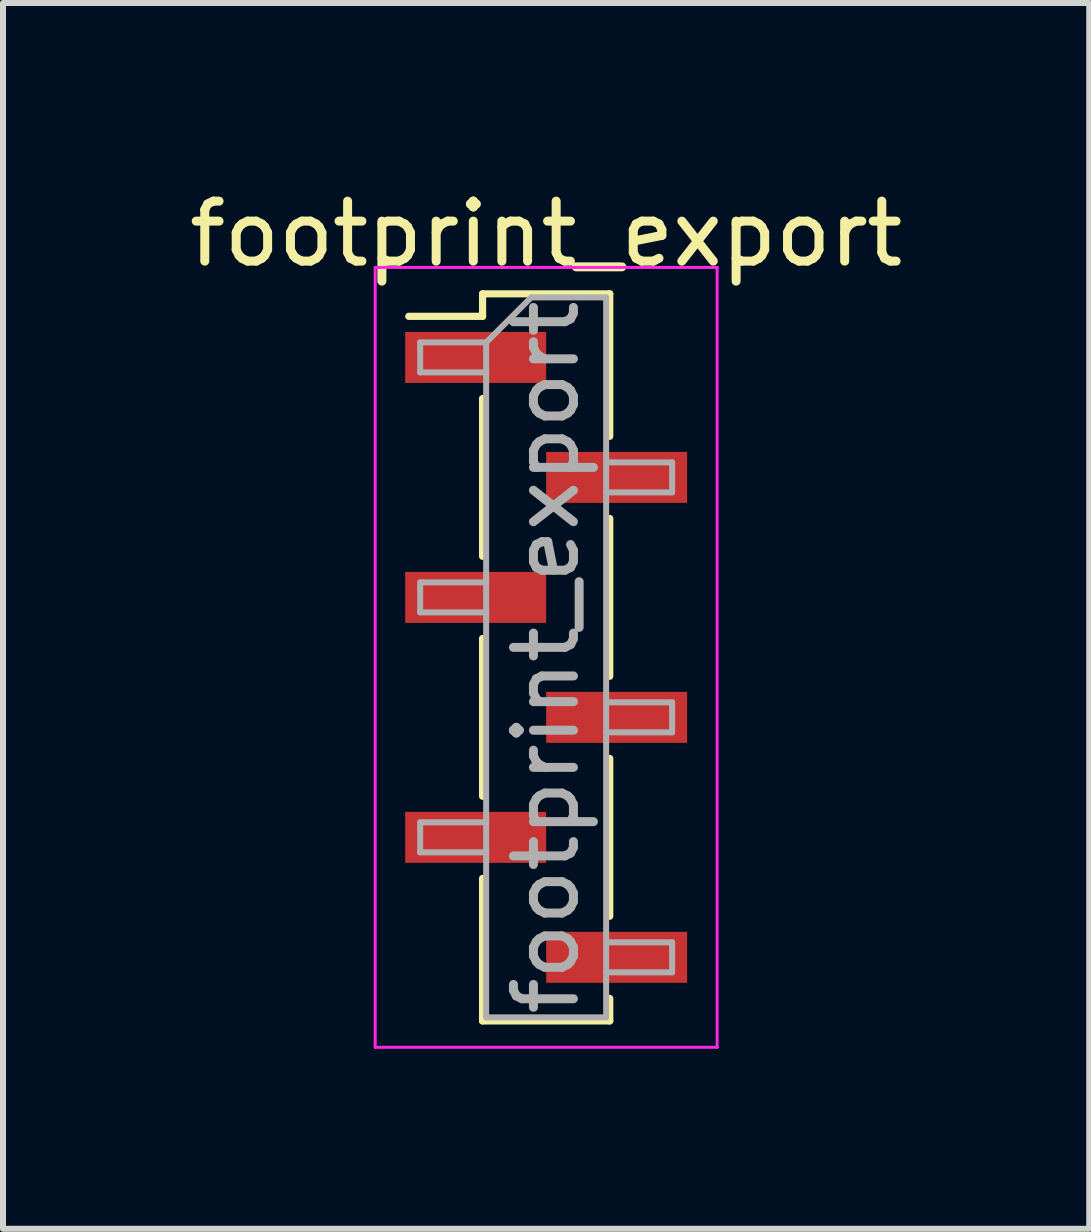
<source format=kicad_pcb>
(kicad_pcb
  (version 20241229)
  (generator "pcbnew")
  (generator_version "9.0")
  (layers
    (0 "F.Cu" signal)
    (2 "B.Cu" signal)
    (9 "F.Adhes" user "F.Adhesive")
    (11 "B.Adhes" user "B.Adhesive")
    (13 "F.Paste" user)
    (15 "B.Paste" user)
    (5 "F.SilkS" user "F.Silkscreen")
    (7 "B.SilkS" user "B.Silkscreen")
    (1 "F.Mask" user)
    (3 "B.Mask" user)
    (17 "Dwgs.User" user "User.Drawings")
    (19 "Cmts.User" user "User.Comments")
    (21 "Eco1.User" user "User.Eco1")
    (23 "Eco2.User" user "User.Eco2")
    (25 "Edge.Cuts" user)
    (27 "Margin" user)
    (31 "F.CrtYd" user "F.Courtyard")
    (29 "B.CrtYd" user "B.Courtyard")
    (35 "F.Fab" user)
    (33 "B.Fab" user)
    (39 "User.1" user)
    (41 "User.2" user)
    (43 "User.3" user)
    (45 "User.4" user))
  (footprint "footprint_export"
    (layer "F.Cu")
    (at 6.054 7.908)
    (property "Reference" "footprint_export" (at 0 -7.06 0) (layer "F.SilkS") (effects (font (size 1 1) (thickness 0.15))))
    (attr smd)
    (fp_line (start -1.06 -6.06) (end -1.06 -5.685) (stroke (width 0.12) (type solid)) (layer "F.SilkS"))
    (fp_line (start -1.06 -6.06) (end 1.06 -6.06) (stroke (width 0.12) (type solid)) (layer "F.SilkS"))
    (fp_line (start -1.06 -5.685) (end -2.29 -5.685) (stroke (width 0.12) (type solid)) (layer "F.SilkS"))
    (fp_line (start -1.06 -4.315) (end -1.06 -1.685) (stroke (width 0.12) (type solid)) (layer "F.SilkS"))
    (fp_line (start -1.06 -0.315) (end -1.06 2.315) (stroke (width 0.12) (type solid)) (layer "F.SilkS"))
    (fp_line (start -1.06 3.685) (end -1.06 6.06) (stroke (width 0.12) (type solid)) (layer "F.SilkS"))
    (fp_line (start -1.06 6.06) (end 1.06 6.06) (stroke (width 0.12) (type solid)) (layer "F.SilkS"))
    (fp_line (start 1.06 -6.06) (end 1.06 -3.685) (stroke (width 0.12) (type solid)) (layer "F.SilkS"))
    (fp_line (start 1.06 -2.315) (end 1.06 0.315) (stroke (width 0.12) (type solid)) (layer "F.SilkS"))
    (fp_line (start 1.06 1.685) (end 1.06 4.315) (stroke (width 0.12) (type solid)) (layer "F.SilkS"))
    (fp_line (start 1.06 5.685) (end 1.06 6.06) (stroke (width 0.12) (type solid)) (layer "F.SilkS"))
    (fp_line (start -2.85 -6.5) (end -2.85 6.5) (stroke (width 0.05) (type solid)) (layer "F.CrtYd"))
    (fp_line (start -2.85 6.5) (end 2.85 6.5) (stroke (width 0.05) (type solid)) (layer "F.CrtYd"))
    (fp_line (start 2.85 -6.5) (end -2.85 -6.5) (stroke (width 0.05) (type solid)) (layer "F.CrtYd"))
    (fp_line (start 2.85 6.5) (end 2.85 -6.5) (stroke (width 0.05) (type solid)) (layer "F.CrtYd"))
    (fp_line (start -2.1 -5.25) (end -2.1 -4.75) (stroke (width 0.1) (type solid)) (layer "F.Fab"))
    (fp_line (start -2.1 -4.75) (end -1 -4.75) (stroke (width 0.1) (type solid)) (layer "F.Fab"))
    (fp_line (start -2.1 -1.25) (end -2.1 -0.75) (stroke (width 0.1) (type solid)) (layer "F.Fab"))
    (fp_line (start -2.1 -0.75) (end -1 -0.75) (stroke (width 0.1) (type solid)) (layer "F.Fab"))
    (fp_line (start -2.1 2.75) (end -2.1 3.25) (stroke (width 0.1) (type solid)) (layer "F.Fab"))
    (fp_line (start -2.1 3.25) (end -1 3.25) (stroke (width 0.1) (type solid)) (layer "F.Fab"))
    (fp_line (start -1 -5.25) (end -2.1 -5.25) (stroke (width 0.1) (type solid)) (layer "F.Fab"))
    (fp_line (start -1 -5.25) (end -0.25 -6) (stroke (width 0.1) (type solid)) (layer "F.Fab"))
    (fp_line (start -1 -1.25) (end -2.1 -1.25) (stroke (width 0.1) (type solid)) (layer "F.Fab"))
    (fp_line (start -1 2.75) (end -2.1 2.75) (stroke (width 0.1) (type solid)) (layer "F.Fab"))
    (fp_line (start -1 6) (end -1 -5.25) (stroke (width 0.1) (type solid)) (layer "F.Fab"))
    (fp_line (start -0.25 -6) (end 1 -6) (stroke (width 0.1) (type solid)) (layer "F.Fab"))
    (fp_line (start 1 -6) (end 1 6) (stroke (width 0.1) (type solid)) (layer "F.Fab"))
    (fp_line (start 1 -3.25) (end 2.1 -3.25) (stroke (width 0.1) (type solid)) (layer "F.Fab"))
    (fp_line (start 1 0.75) (end 2.1 0.75) (stroke (width 0.1) (type solid)) (layer "F.Fab"))
    (fp_line (start 1 4.75) (end 2.1 4.75) (stroke (width 0.1) (type solid)) (layer "F.Fab"))
    (fp_line (start 1 6) (end -1 6) (stroke (width 0.1) (type solid)) (layer "F.Fab"))
    (fp_line (start 2.1 -3.25) (end 2.1 -2.75) (stroke (width 0.1) (type solid)) (layer "F.Fab"))
    (fp_line (start 2.1 -2.75) (end 1 -2.75) (stroke (width 0.1) (type solid)) (layer "F.Fab"))
    (fp_line (start 2.1 0.75) (end 2.1 1.25) (stroke (width 0.1) (type solid)) (layer "F.Fab"))
    (fp_line (start 2.1 1.25) (end 1 1.25) (stroke (width 0.1) (type solid)) (layer "F.Fab"))
    (fp_line (start 2.1 4.75) (end 2.1 5.25) (stroke (width 0.1) (type solid)) (layer "F.Fab"))
    (fp_line (start 2.1 5.25) (end 1 5.25) (stroke (width 0.1) (type solid)) (layer "F.Fab"))
    (fp_text user "${REFERENCE}" (at 0 0 90) (layer "F.Fab") (effects (font (size 1 1) (thickness 0.15))))
    (pad "1" smd rect (at -1.175 -5) (size 2.35 0.85) (layers "F.Cu" "F.Mask" "F.Paste"))
    (pad "2" smd rect (at 1.175 -3) (size 2.35 0.85) (layers "F.Cu" "F.Mask" "F.Paste"))
    (pad "3" smd rect (at -1.175 -1) (size 2.35 0.85) (layers "F.Cu" "F.Mask" "F.Paste"))
    (pad "4" smd rect (at 1.175 1) (size 2.35 0.85) (layers "F.Cu" "F.Mask" "F.Paste"))
    (pad "5" smd rect (at -1.175 3) (size 2.35 0.85) (layers "F.Cu" "F.Mask" "F.Paste"))
    (pad "6" smd rect (at 1.175 5) (size 2.35 0.85) (layers "F.Cu" "F.Mask" "F.Paste")))
  (gr_rect
    (start -3 -3)
    (end 15.107 17.433)
    (stroke (width 0.1) (type default))
    (fill no)
    (layer "Edge.Cuts")))
</source>
